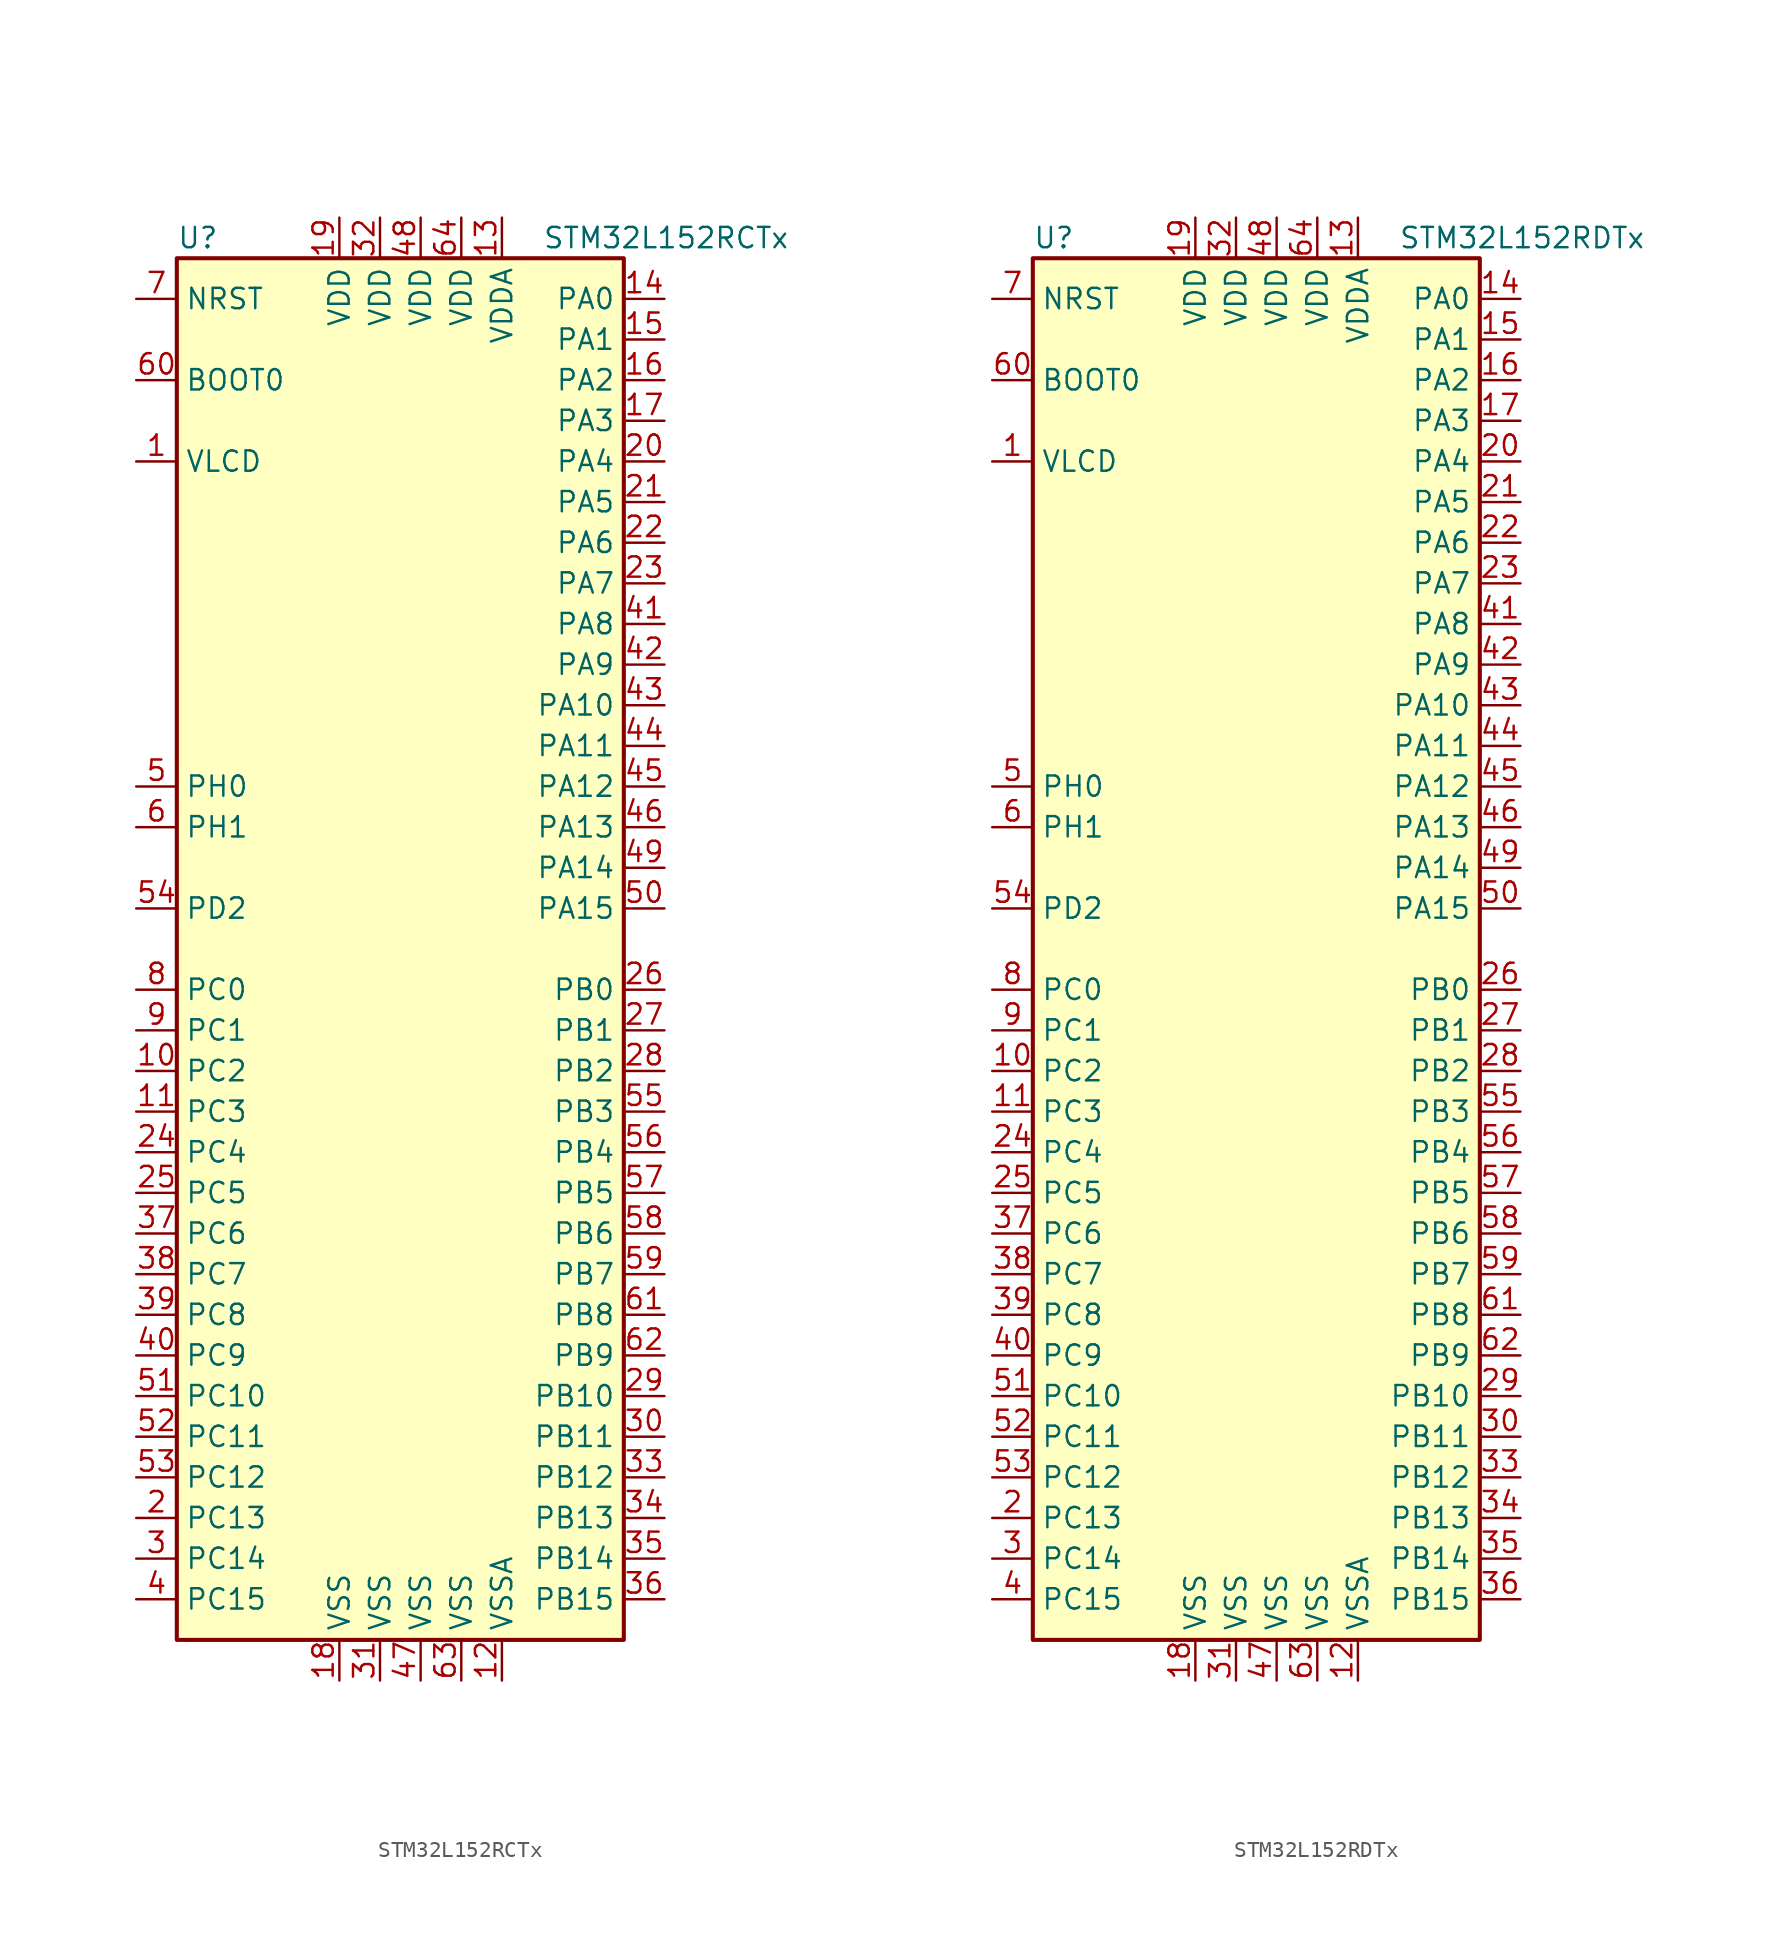
<source format=kicad_sym>
(kicad_symbol_lib
  (version 20201005)
  (generator kicad_symbol_editor)
  (symbol "MCU_ST_STM32L1:STM32L152RCTx"
    (property "Reference" "U"
      (at -15.24 44.45 0)
      (effects (font (size 1.27 1.27)) (justify left)))
    (property "Value" "STM32L152RCTx"
      (at 7.62 44.45 0)
      (effects (font (size 1.27 1.27)) (justify left)))
    (symbol "STM32L152RCTx_0_1"
      (rectangle (start -15.24 -43.18) (end 12.7 43.18) (stroke (width 0.254)) (fill (type background))))
    (symbol "STM32L152RCTx_1_1"
      (pin input line (at -17.78 35.56 0) (length 2.54) (name "BOOT0" (effects (font (size 1.27 1.27)))) (number "60" (effects (font (size 1.27 1.27)))))
      (pin input line (at -17.78 40.64 0) (length 2.54) (name "NRST" (effects (font (size 1.27 1.27)))) (number "7" (effects (font (size 1.27 1.27)))))
      (pin bidirectional line (at 15.24 40.64 180) (length 2.54) (name "PA0" (effects (font (size 1.27 1.27)))) (number "14" (effects (font (size 1.27 1.27)))))
      (pin bidirectional line (at 15.24 38.1 180) (length 2.54) (name "PA1" (effects (font (size 1.27 1.27)))) (number "15" (effects (font (size 1.27 1.27)))))
      (pin bidirectional line (at 15.24 15.24 180) (length 2.54) (name "PA10" (effects (font (size 1.27 1.27)))) (number "43" (effects (font (size 1.27 1.27)))))
      (pin bidirectional line (at 15.24 12.7 180) (length 2.54) (name "PA11" (effects (font (size 1.27 1.27)))) (number "44" (effects (font (size 1.27 1.27)))))
      (pin bidirectional line (at 15.24 10.16 180) (length 2.54) (name "PA12" (effects (font (size 1.27 1.27)))) (number "45" (effects (font (size 1.27 1.27)))))
      (pin bidirectional line (at 15.24 7.62 180) (length 2.54) (name "PA13" (effects (font (size 1.27 1.27)))) (number "46" (effects (font (size 1.27 1.27)))))
      (pin bidirectional line (at 15.24 5.08 180) (length 2.54) (name "PA14" (effects (font (size 1.27 1.27)))) (number "49" (effects (font (size 1.27 1.27)))))
      (pin bidirectional line (at 15.24 2.54 180) (length 2.54) (name "PA15" (effects (font (size 1.27 1.27)))) (number "50" (effects (font (size 1.27 1.27)))))
      (pin bidirectional line (at 15.24 35.56 180) (length 2.54) (name "PA2" (effects (font (size 1.27 1.27)))) (number "16" (effects (font (size 1.27 1.27)))))
      (pin bidirectional line (at 15.24 33.02 180) (length 2.54) (name "PA3" (effects (font (size 1.27 1.27)))) (number "17" (effects (font (size 1.27 1.27)))))
      (pin bidirectional line (at 15.24 30.48 180) (length 2.54) (name "PA4" (effects (font (size 1.27 1.27)))) (number "20" (effects (font (size 1.27 1.27)))))
      (pin bidirectional line (at 15.24 27.94 180) (length 2.54) (name "PA5" (effects (font (size 1.27 1.27)))) (number "21" (effects (font (size 1.27 1.27)))))
      (pin bidirectional line (at 15.24 25.4 180) (length 2.54) (name "PA6" (effects (font (size 1.27 1.27)))) (number "22" (effects (font (size 1.27 1.27)))))
      (pin bidirectional line (at 15.24 22.86 180) (length 2.54) (name "PA7" (effects (font (size 1.27 1.27)))) (number "23" (effects (font (size 1.27 1.27)))))
      (pin bidirectional line (at 15.24 20.32 180) (length 2.54) (name "PA8" (effects (font (size 1.27 1.27)))) (number "41" (effects (font (size 1.27 1.27)))))
      (pin bidirectional line (at 15.24 17.78 180) (length 2.54) (name "PA9" (effects (font (size 1.27 1.27)))) (number "42" (effects (font (size 1.27 1.27)))))
      (pin bidirectional line (at 15.24 -2.54 180) (length 2.54) (name "PB0" (effects (font (size 1.27 1.27)))) (number "26" (effects (font (size 1.27 1.27)))))
      (pin bidirectional line (at 15.24 -5.08 180) (length 2.54) (name "PB1" (effects (font (size 1.27 1.27)))) (number "27" (effects (font (size 1.27 1.27)))))
      (pin bidirectional line (at 15.24 -27.94 180) (length 2.54) (name "PB10" (effects (font (size 1.27 1.27)))) (number "29" (effects (font (size 1.27 1.27)))))
      (pin bidirectional line (at 15.24 -30.48 180) (length 2.54) (name "PB11" (effects (font (size 1.27 1.27)))) (number "30" (effects (font (size 1.27 1.27)))))
      (pin bidirectional line (at 15.24 -33.02 180) (length 2.54) (name "PB12" (effects (font (size 1.27 1.27)))) (number "33" (effects (font (size 1.27 1.27)))))
      (pin bidirectional line (at 15.24 -35.56 180) (length 2.54) (name "PB13" (effects (font (size 1.27 1.27)))) (number "34" (effects (font (size 1.27 1.27)))))
      (pin bidirectional line (at 15.24 -38.1 180) (length 2.54) (name "PB14" (effects (font (size 1.27 1.27)))) (number "35" (effects (font (size 1.27 1.27)))))
      (pin bidirectional line (at 15.24 -40.64 180) (length 2.54) (name "PB15" (effects (font (size 1.27 1.27)))) (number "36" (effects (font (size 1.27 1.27)))))
      (pin bidirectional line (at 15.24 -7.62 180) (length 2.54) (name "PB2" (effects (font (size 1.27 1.27)))) (number "28" (effects (font (size 1.27 1.27)))))
      (pin bidirectional line (at 15.24 -10.16 180) (length 2.54) (name "PB3" (effects (font (size 1.27 1.27)))) (number "55" (effects (font (size 1.27 1.27)))))
      (pin bidirectional line (at 15.24 -12.7 180) (length 2.54) (name "PB4" (effects (font (size 1.27 1.27)))) (number "56" (effects (font (size 1.27 1.27)))))
      (pin bidirectional line (at 15.24 -15.24 180) (length 2.54) (name "PB5" (effects (font (size 1.27 1.27)))) (number "57" (effects (font (size 1.27 1.27)))))
      (pin bidirectional line (at 15.24 -17.78 180) (length 2.54) (name "PB6" (effects (font (size 1.27 1.27)))) (number "58" (effects (font (size 1.27 1.27)))))
      (pin bidirectional line (at 15.24 -20.32 180) (length 2.54) (name "PB7" (effects (font (size 1.27 1.27)))) (number "59" (effects (font (size 1.27 1.27)))))
      (pin bidirectional line (at 15.24 -22.86 180) (length 2.54) (name "PB8" (effects (font (size 1.27 1.27)))) (number "61" (effects (font (size 1.27 1.27)))))
      (pin bidirectional line (at 15.24 -25.4 180) (length 2.54) (name "PB9" (effects (font (size 1.27 1.27)))) (number "62" (effects (font (size 1.27 1.27)))))
      (pin bidirectional line (at -17.78 -2.54 0) (length 2.54) (name "PC0" (effects (font (size 1.27 1.27)))) (number "8" (effects (font (size 1.27 1.27)))))
      (pin bidirectional line (at -17.78 -5.08 0) (length 2.54) (name "PC1" (effects (font (size 1.27 1.27)))) (number "9" (effects (font (size 1.27 1.27)))))
      (pin bidirectional line (at -17.78 -27.94 0) (length 2.54) (name "PC10" (effects (font (size 1.27 1.27)))) (number "51" (effects (font (size 1.27 1.27)))))
      (pin bidirectional line (at -17.78 -30.48 0) (length 2.54) (name "PC11" (effects (font (size 1.27 1.27)))) (number "52" (effects (font (size 1.27 1.27)))))
      (pin bidirectional line (at -17.78 -33.02 0) (length 2.54) (name "PC12" (effects (font (size 1.27 1.27)))) (number "53" (effects (font (size 1.27 1.27)))))
      (pin bidirectional line (at -17.78 -35.56 0) (length 2.54) (name "PC13" (effects (font (size 1.27 1.27)))) (number "2" (effects (font (size 1.27 1.27)))))
      (pin bidirectional line (at -17.78 -38.1 0) (length 2.54) (name "PC14" (effects (font (size 1.27 1.27)))) (number "3" (effects (font (size 1.27 1.27)))))
      (pin bidirectional line (at -17.78 -40.64 0) (length 2.54) (name "PC15" (effects (font (size 1.27 1.27)))) (number "4" (effects (font (size 1.27 1.27)))))
      (pin bidirectional line (at -17.78 -7.62 0) (length 2.54) (name "PC2" (effects (font (size 1.27 1.27)))) (number "10" (effects (font (size 1.27 1.27)))))
      (pin bidirectional line (at -17.78 -10.16 0) (length 2.54) (name "PC3" (effects (font (size 1.27 1.27)))) (number "11" (effects (font (size 1.27 1.27)))))
      (pin bidirectional line (at -17.78 -12.7 0) (length 2.54) (name "PC4" (effects (font (size 1.27 1.27)))) (number "24" (effects (font (size 1.27 1.27)))))
      (pin bidirectional line (at -17.78 -15.24 0) (length 2.54) (name "PC5" (effects (font (size 1.27 1.27)))) (number "25" (effects (font (size 1.27 1.27)))))
      (pin bidirectional line (at -17.78 -17.78 0) (length 2.54) (name "PC6" (effects (font (size 1.27 1.27)))) (number "37" (effects (font (size 1.27 1.27)))))
      (pin bidirectional line (at -17.78 -20.32 0) (length 2.54) (name "PC7" (effects (font (size 1.27 1.27)))) (number "38" (effects (font (size 1.27 1.27)))))
      (pin bidirectional line (at -17.78 -22.86 0) (length 2.54) (name "PC8" (effects (font (size 1.27 1.27)))) (number "39" (effects (font (size 1.27 1.27)))))
      (pin bidirectional line (at -17.78 -25.4 0) (length 2.54) (name "PC9" (effects (font (size 1.27 1.27)))) (number "40" (effects (font (size 1.27 1.27)))))
      (pin bidirectional line (at -17.78 2.54 0) (length 2.54) (name "PD2" (effects (font (size 1.27 1.27)))) (number "54" (effects (font (size 1.27 1.27)))))
      (pin input line (at -17.78 10.16 0) (length 2.54) (name "PH0" (effects (font (size 1.27 1.27)))) (number "5" (effects (font (size 1.27 1.27)))))
      (pin input line (at -17.78 7.62 0) (length 2.54) (name "PH1" (effects (font (size 1.27 1.27)))) (number "6" (effects (font (size 1.27 1.27)))))
      (pin power_in line (at -5.08 45.72 270) (length 2.54) (name "VDD" (effects (font (size 1.27 1.27)))) (number "19" (effects (font (size 1.27 1.27)))))
      (pin power_in line (at -2.54 45.72 270) (length 2.54) (name "VDD" (effects (font (size 1.27 1.27)))) (number "32" (effects (font (size 1.27 1.27)))))
      (pin power_in line (at 0 45.72 270) (length 2.54) (name "VDD" (effects (font (size 1.27 1.27)))) (number "48" (effects (font (size 1.27 1.27)))))
      (pin power_in line (at 2.54 45.72 270) (length 2.54) (name "VDD" (effects (font (size 1.27 1.27)))) (number "64" (effects (font (size 1.27 1.27)))))
      (pin power_in line (at 5.08 45.72 270) (length 2.54) (name "VDDA" (effects (font (size 1.27 1.27)))) (number "13" (effects (font (size 1.27 1.27)))))
      (pin power_in line (at -17.78 30.48 0) (length 2.54) (name "VLCD" (effects (font (size 1.27 1.27)))) (number "1" (effects (font (size 1.27 1.27)))))
      (pin power_in line (at -5.08 -45.72 90) (length 2.54) (name "VSS" (effects (font (size 1.27 1.27)))) (number "18" (effects (font (size 1.27 1.27)))))
      (pin power_in line (at -2.54 -45.72 90) (length 2.54) (name "VSS" (effects (font (size 1.27 1.27)))) (number "31" (effects (font (size 1.27 1.27)))))
      (pin power_in line (at 0 -45.72 90) (length 2.54) (name "VSS" (effects (font (size 1.27 1.27)))) (number "47" (effects (font (size 1.27 1.27)))))
      (pin power_in line (at 2.54 -45.72 90) (length 2.54) (name "VSS" (effects (font (size 1.27 1.27)))) (number "63" (effects (font (size 1.27 1.27)))))
      (pin power_in line (at 5.08 -45.72 90) (length 2.54) (name "VSSA" (effects (font (size 1.27 1.27)))) (number "12" (effects (font (size 1.27 1.27)))))))
  (symbol "MCU_ST_STM32L1:STM32L152RDTx"
    (property "Reference" "U"
      (at -15.24 44.45 0)
      (effects (font (size 1.27 1.27)) (justify left)))
    (property "Value" "STM32L152RDTx"
      (at 7.62 44.45 0)
      (effects (font (size 1.27 1.27)) (justify left)))
    (symbol "STM32L152RDTx_0_1"
      (rectangle (start -15.24 -43.18) (end 12.7 43.18) (stroke (width 0.254)) (fill (type background))))
    (symbol "STM32L152RDTx_1_1"
      (pin input line (at -17.78 35.56 0) (length 2.54) (name "BOOT0" (effects (font (size 1.27 1.27)))) (number "60" (effects (font (size 1.27 1.27)))))
      (pin input line (at -17.78 40.64 0) (length 2.54) (name "NRST" (effects (font (size 1.27 1.27)))) (number "7" (effects (font (size 1.27 1.27)))))
      (pin bidirectional line (at 15.24 40.64 180) (length 2.54) (name "PA0" (effects (font (size 1.27 1.27)))) (number "14" (effects (font (size 1.27 1.27)))))
      (pin bidirectional line (at 15.24 38.1 180) (length 2.54) (name "PA1" (effects (font (size 1.27 1.27)))) (number "15" (effects (font (size 1.27 1.27)))))
      (pin bidirectional line (at 15.24 15.24 180) (length 2.54) (name "PA10" (effects (font (size 1.27 1.27)))) (number "43" (effects (font (size 1.27 1.27)))))
      (pin bidirectional line (at 15.24 12.7 180) (length 2.54) (name "PA11" (effects (font (size 1.27 1.27)))) (number "44" (effects (font (size 1.27 1.27)))))
      (pin bidirectional line (at 15.24 10.16 180) (length 2.54) (name "PA12" (effects (font (size 1.27 1.27)))) (number "45" (effects (font (size 1.27 1.27)))))
      (pin bidirectional line (at 15.24 7.62 180) (length 2.54) (name "PA13" (effects (font (size 1.27 1.27)))) (number "46" (effects (font (size 1.27 1.27)))))
      (pin bidirectional line (at 15.24 5.08 180) (length 2.54) (name "PA14" (effects (font (size 1.27 1.27)))) (number "49" (effects (font (size 1.27 1.27)))))
      (pin bidirectional line (at 15.24 2.54 180) (length 2.54) (name "PA15" (effects (font (size 1.27 1.27)))) (number "50" (effects (font (size 1.27 1.27)))))
      (pin bidirectional line (at 15.24 35.56 180) (length 2.54) (name "PA2" (effects (font (size 1.27 1.27)))) (number "16" (effects (font (size 1.27 1.27)))))
      (pin bidirectional line (at 15.24 33.02 180) (length 2.54) (name "PA3" (effects (font (size 1.27 1.27)))) (number "17" (effects (font (size 1.27 1.27)))))
      (pin bidirectional line (at 15.24 30.48 180) (length 2.54) (name "PA4" (effects (font (size 1.27 1.27)))) (number "20" (effects (font (size 1.27 1.27)))))
      (pin bidirectional line (at 15.24 27.94 180) (length 2.54) (name "PA5" (effects (font (size 1.27 1.27)))) (number "21" (effects (font (size 1.27 1.27)))))
      (pin bidirectional line (at 15.24 25.4 180) (length 2.54) (name "PA6" (effects (font (size 1.27 1.27)))) (number "22" (effects (font (size 1.27 1.27)))))
      (pin bidirectional line (at 15.24 22.86 180) (length 2.54) (name "PA7" (effects (font (size 1.27 1.27)))) (number "23" (effects (font (size 1.27 1.27)))))
      (pin bidirectional line (at 15.24 20.32 180) (length 2.54) (name "PA8" (effects (font (size 1.27 1.27)))) (number "41" (effects (font (size 1.27 1.27)))))
      (pin bidirectional line (at 15.24 17.78 180) (length 2.54) (name "PA9" (effects (font (size 1.27 1.27)))) (number "42" (effects (font (size 1.27 1.27)))))
      (pin bidirectional line (at 15.24 -2.54 180) (length 2.54) (name "PB0" (effects (font (size 1.27 1.27)))) (number "26" (effects (font (size 1.27 1.27)))))
      (pin bidirectional line (at 15.24 -5.08 180) (length 2.54) (name "PB1" (effects (font (size 1.27 1.27)))) (number "27" (effects (font (size 1.27 1.27)))))
      (pin bidirectional line (at 15.24 -27.94 180) (length 2.54) (name "PB10" (effects (font (size 1.27 1.27)))) (number "29" (effects (font (size 1.27 1.27)))))
      (pin bidirectional line (at 15.24 -30.48 180) (length 2.54) (name "PB11" (effects (font (size 1.27 1.27)))) (number "30" (effects (font (size 1.27 1.27)))))
      (pin bidirectional line (at 15.24 -33.02 180) (length 2.54) (name "PB12" (effects (font (size 1.27 1.27)))) (number "33" (effects (font (size 1.27 1.27)))))
      (pin bidirectional line (at 15.24 -35.56 180) (length 2.54) (name "PB13" (effects (font (size 1.27 1.27)))) (number "34" (effects (font (size 1.27 1.27)))))
      (pin bidirectional line (at 15.24 -38.1 180) (length 2.54) (name "PB14" (effects (font (size 1.27 1.27)))) (number "35" (effects (font (size 1.27 1.27)))))
      (pin bidirectional line (at 15.24 -40.64 180) (length 2.54) (name "PB15" (effects (font (size 1.27 1.27)))) (number "36" (effects (font (size 1.27 1.27)))))
      (pin bidirectional line (at 15.24 -7.62 180) (length 2.54) (name "PB2" (effects (font (size 1.27 1.27)))) (number "28" (effects (font (size 1.27 1.27)))))
      (pin bidirectional line (at 15.24 -10.16 180) (length 2.54) (name "PB3" (effects (font (size 1.27 1.27)))) (number "55" (effects (font (size 1.27 1.27)))))
      (pin bidirectional line (at 15.24 -12.7 180) (length 2.54) (name "PB4" (effects (font (size 1.27 1.27)))) (number "56" (effects (font (size 1.27 1.27)))))
      (pin bidirectional line (at 15.24 -15.24 180) (length 2.54) (name "PB5" (effects (font (size 1.27 1.27)))) (number "57" (effects (font (size 1.27 1.27)))))
      (pin bidirectional line (at 15.24 -17.78 180) (length 2.54) (name "PB6" (effects (font (size 1.27 1.27)))) (number "58" (effects (font (size 1.27 1.27)))))
      (pin bidirectional line (at 15.24 -20.32 180) (length 2.54) (name "PB7" (effects (font (size 1.27 1.27)))) (number "59" (effects (font (size 1.27 1.27)))))
      (pin bidirectional line (at 15.24 -22.86 180) (length 2.54) (name "PB8" (effects (font (size 1.27 1.27)))) (number "61" (effects (font (size 1.27 1.27)))))
      (pin bidirectional line (at 15.24 -25.4 180) (length 2.54) (name "PB9" (effects (font (size 1.27 1.27)))) (number "62" (effects (font (size 1.27 1.27)))))
      (pin bidirectional line (at -17.78 -2.54 0) (length 2.54) (name "PC0" (effects (font (size 1.27 1.27)))) (number "8" (effects (font (size 1.27 1.27)))))
      (pin bidirectional line (at -17.78 -5.08 0) (length 2.54) (name "PC1" (effects (font (size 1.27 1.27)))) (number "9" (effects (font (size 1.27 1.27)))))
      (pin bidirectional line (at -17.78 -27.94 0) (length 2.54) (name "PC10" (effects (font (size 1.27 1.27)))) (number "51" (effects (font (size 1.27 1.27)))))
      (pin bidirectional line (at -17.78 -30.48 0) (length 2.54) (name "PC11" (effects (font (size 1.27 1.27)))) (number "52" (effects (font (size 1.27 1.27)))))
      (pin bidirectional line (at -17.78 -33.02 0) (length 2.54) (name "PC12" (effects (font (size 1.27 1.27)))) (number "53" (effects (font (size 1.27 1.27)))))
      (pin bidirectional line (at -17.78 -35.56 0) (length 2.54) (name "PC13" (effects (font (size 1.27 1.27)))) (number "2" (effects (font (size 1.27 1.27)))))
      (pin bidirectional line (at -17.78 -38.1 0) (length 2.54) (name "PC14" (effects (font (size 1.27 1.27)))) (number "3" (effects (font (size 1.27 1.27)))))
      (pin bidirectional line (at -17.78 -40.64 0) (length 2.54) (name "PC15" (effects (font (size 1.27 1.27)))) (number "4" (effects (font (size 1.27 1.27)))))
      (pin bidirectional line (at -17.78 -7.62 0) (length 2.54) (name "PC2" (effects (font (size 1.27 1.27)))) (number "10" (effects (font (size 1.27 1.27)))))
      (pin bidirectional line (at -17.78 -10.16 0) (length 2.54) (name "PC3" (effects (font (size 1.27 1.27)))) (number "11" (effects (font (size 1.27 1.27)))))
      (pin bidirectional line (at -17.78 -12.7 0) (length 2.54) (name "PC4" (effects (font (size 1.27 1.27)))) (number "24" (effects (font (size 1.27 1.27)))))
      (pin bidirectional line (at -17.78 -15.24 0) (length 2.54) (name "PC5" (effects (font (size 1.27 1.27)))) (number "25" (effects (font (size 1.27 1.27)))))
      (pin bidirectional line (at -17.78 -17.78 0) (length 2.54) (name "PC6" (effects (font (size 1.27 1.27)))) (number "37" (effects (font (size 1.27 1.27)))))
      (pin bidirectional line (at -17.78 -20.32 0) (length 2.54) (name "PC7" (effects (font (size 1.27 1.27)))) (number "38" (effects (font (size 1.27 1.27)))))
      (pin bidirectional line (at -17.78 -22.86 0) (length 2.54) (name "PC8" (effects (font (size 1.27 1.27)))) (number "39" (effects (font (size 1.27 1.27)))))
      (pin bidirectional line (at -17.78 -25.4 0) (length 2.54) (name "PC9" (effects (font (size 1.27 1.27)))) (number "40" (effects (font (size 1.27 1.27)))))
      (pin bidirectional line (at -17.78 2.54 0) (length 2.54) (name "PD2" (effects (font (size 1.27 1.27)))) (number "54" (effects (font (size 1.27 1.27)))))
      (pin input line (at -17.78 10.16 0) (length 2.54) (name "PH0" (effects (font (size 1.27 1.27)))) (number "5" (effects (font (size 1.27 1.27)))))
      (pin input line (at -17.78 7.62 0) (length 2.54) (name "PH1" (effects (font (size 1.27 1.27)))) (number "6" (effects (font (size 1.27 1.27)))))
      (pin power_in line (at -5.08 45.72 270) (length 2.54) (name "VDD" (effects (font (size 1.27 1.27)))) (number "19" (effects (font (size 1.27 1.27)))))
      (pin power_in line (at -2.54 45.72 270) (length 2.54) (name "VDD" (effects (font (size 1.27 1.27)))) (number "32" (effects (font (size 1.27 1.27)))))
      (pin power_in line (at 0 45.72 270) (length 2.54) (name "VDD" (effects (font (size 1.27 1.27)))) (number "48" (effects (font (size 1.27 1.27)))))
      (pin power_in line (at 2.54 45.72 270) (length 2.54) (name "VDD" (effects (font (size 1.27 1.27)))) (number "64" (effects (font (size 1.27 1.27)))))
      (pin power_in line (at 5.08 45.72 270) (length 2.54) (name "VDDA" (effects (font (size 1.27 1.27)))) (number "13" (effects (font (size 1.27 1.27)))))
      (pin power_in line (at -17.78 30.48 0) (length 2.54) (name "VLCD" (effects (font (size 1.27 1.27)))) (number "1" (effects (font (size 1.27 1.27)))))
      (pin power_in line (at -5.08 -45.72 90) (length 2.54) (name "VSS" (effects (font (size 1.27 1.27)))) (number "18" (effects (font (size 1.27 1.27)))))
      (pin power_in line (at -2.54 -45.72 90) (length 2.54) (name "VSS" (effects (font (size 1.27 1.27)))) (number "31" (effects (font (size 1.27 1.27)))))
      (pin power_in line (at 0 -45.72 90) (length 2.54) (name "VSS" (effects (font (size 1.27 1.27)))) (number "47" (effects (font (size 1.27 1.27)))))
      (pin power_in line (at 2.54 -45.72 90) (length 2.54) (name "VSS" (effects (font (size 1.27 1.27)))) (number "63" (effects (font (size 1.27 1.27)))))
      (pin power_in line (at 5.08 -45.72 90) (length 2.54) (name "VSSA" (effects (font (size 1.27 1.27)))) (number "12" (effects (font (size 1.27 1.27))))))))
</source>
